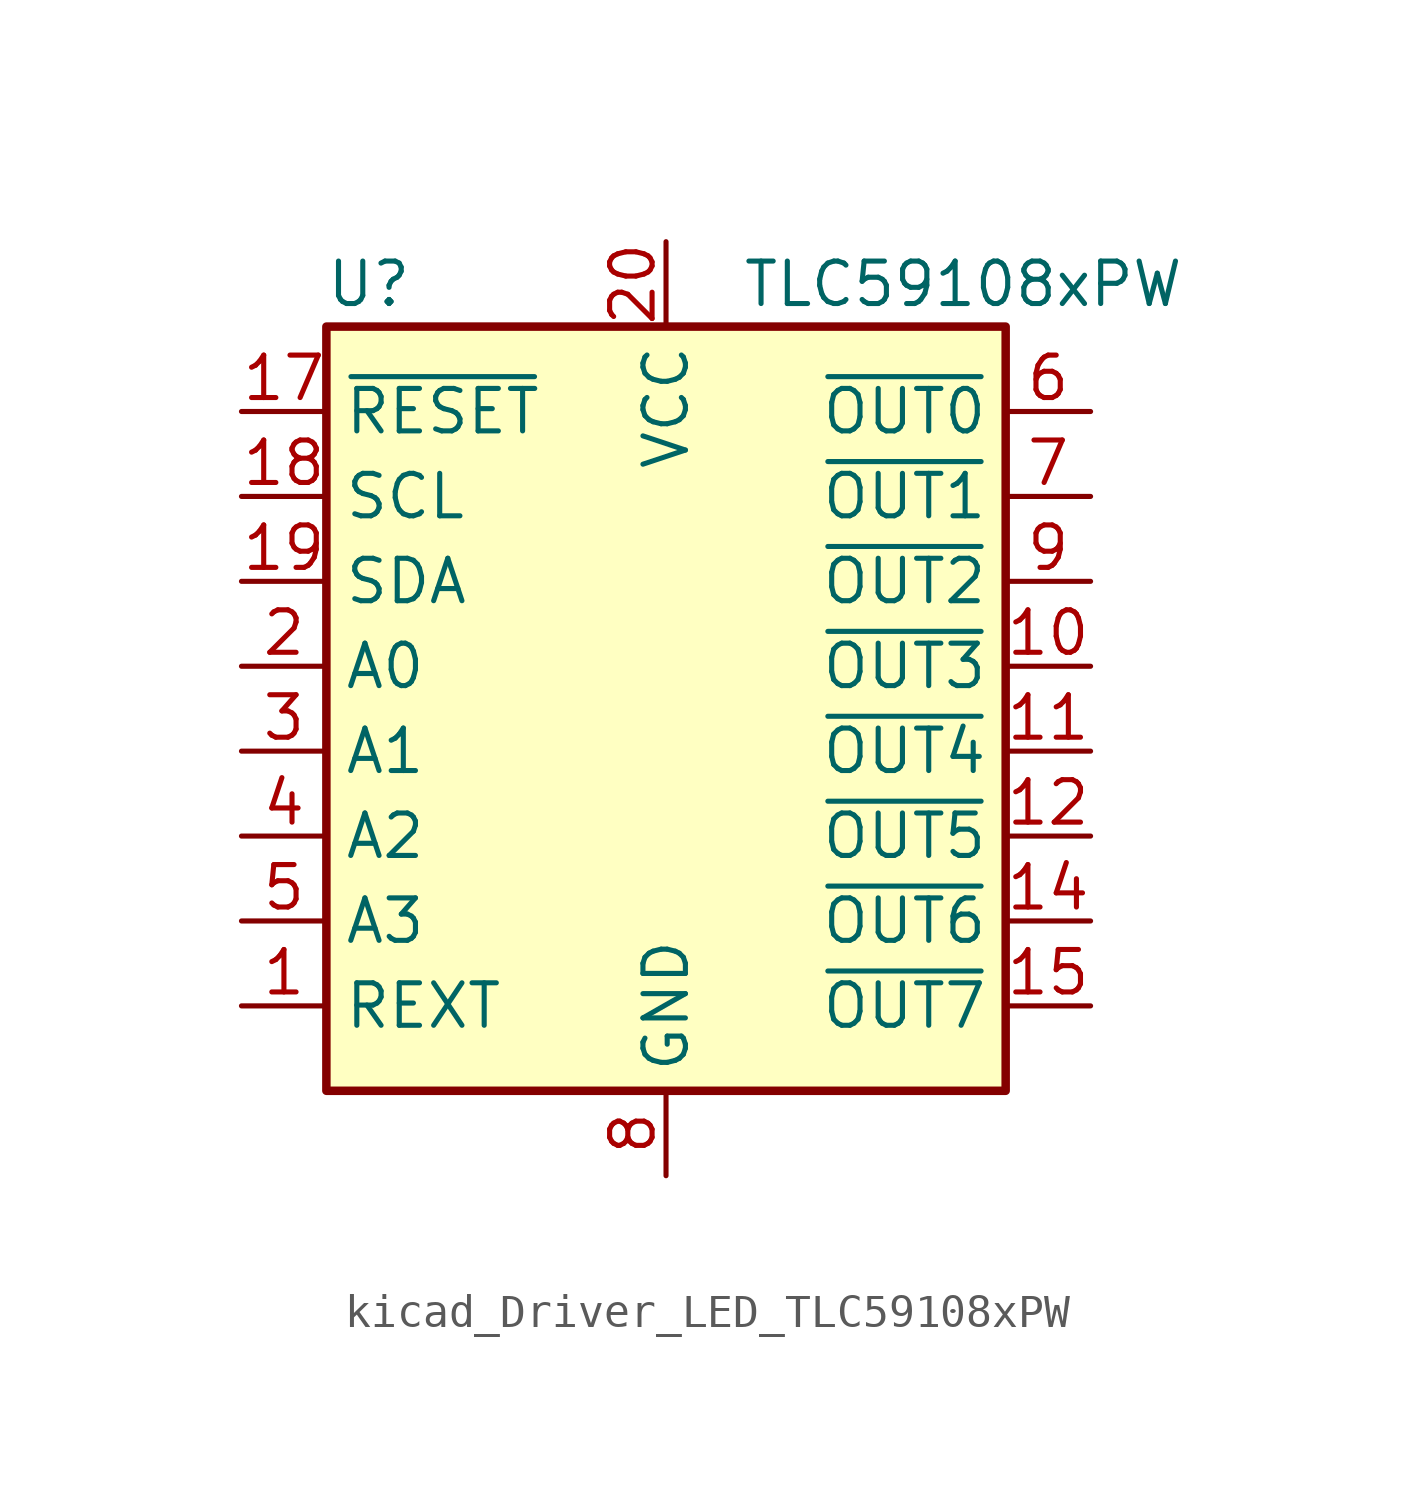
<source format=kicad_sym>
(kicad_symbol_lib
  (version 20220914)
  (generator kicad_symbol_editor)
  (symbol "kicad_Driver_LED_TLC59108xPW"
    (property "Reference" "U"
      (at -8.89 13.97 0)
      (effects (font (size 1.27 1.27))))
    (property "Value" "TLC59108xPW"
      (at 8.89 13.97 0)
      (effects (font (size 1.27 1.27))))
    (symbol "kicad_Driver_LED_TLC59108xPW_0_1"
      (rectangle (start -10.16 12.7) (end 10.16 -10.16) (stroke (width 0.254) (type default)) (fill (type background))))
    (symbol "kicad_Driver_LED_TLC59108xPW_1_1"
      (pin passive line (at -12.7 -7.62 0) (length 2.54) (name "REXT" (effects (font (size 1.27 1.27)))) (number "1" (effects (font (size 1.27 1.27)))))
      (pin open_collector line (at 12.7 2.54 180) (length 2.54) (name "~{OUT3}" (effects (font (size 1.27 1.27)))) (number "10" (effects (font (size 1.27 1.27)))))
      (pin open_collector line (at 12.7 0 180) (length 2.54) (name "~{OUT4}" (effects (font (size 1.27 1.27)))) (number "11" (effects (font (size 1.27 1.27)))))
      (pin open_collector line (at 12.7 -2.54 180) (length 2.54) (name "~{OUT5}" (effects (font (size 1.27 1.27)))) (number "12" (effects (font (size 1.27 1.27)))))
      (pin passive line (at 0 -12.7 90) (length 2.54) hide (name "GND" (effects (font (size 1.27 1.27)))) (number "13" (effects (font (size 1.27 1.27)))))
      (pin open_collector line (at 12.7 -5.08 180) (length 2.54) (name "~{OUT6}" (effects (font (size 1.27 1.27)))) (number "14" (effects (font (size 1.27 1.27)))))
      (pin open_collector line (at 12.7 -7.62 180) (length 2.54) (name "~{OUT7}" (effects (font (size 1.27 1.27)))) (number "15" (effects (font (size 1.27 1.27)))))
      (pin passive line (at 0 -12.7 90) (length 2.54) hide (name "GND" (effects (font (size 1.27 1.27)))) (number "16" (effects (font (size 1.27 1.27)))))
      (pin input line (at -12.7 10.16 0) (length 2.54) (name "~{RESET}" (effects (font (size 1.27 1.27)))) (number "17" (effects (font (size 1.27 1.27)))))
      (pin input line (at -12.7 7.62 0) (length 2.54) (name "SCL" (effects (font (size 1.27 1.27)))) (number "18" (effects (font (size 1.27 1.27)))))
      (pin bidirectional line (at -12.7 5.08 0) (length 2.54) (name "SDA" (effects (font (size 1.27 1.27)))) (number "19" (effects (font (size 1.27 1.27)))))
      (pin input line (at -12.7 2.54 0) (length 2.54) (name "A0" (effects (font (size 1.27 1.27)))) (number "2" (effects (font (size 1.27 1.27)))))
      (pin power_in line (at 0 15.24 270) (length 2.54) (name "VCC" (effects (font (size 1.27 1.27)))) (number "20" (effects (font (size 1.27 1.27)))))
      (pin input line (at -12.7 0 0) (length 2.54) (name "A1" (effects (font (size 1.27 1.27)))) (number "3" (effects (font (size 1.27 1.27)))))
      (pin input line (at -12.7 -2.54 0) (length 2.54) (name "A2" (effects (font (size 1.27 1.27)))) (number "4" (effects (font (size 1.27 1.27)))))
      (pin input line (at -12.7 -5.08 0) (length 2.54) (name "A3" (effects (font (size 1.27 1.27)))) (number "5" (effects (font (size 1.27 1.27)))))
      (pin open_collector line (at 12.7 10.16 180) (length 2.54) (name "~{OUT0}" (effects (font (size 1.27 1.27)))) (number "6" (effects (font (size 1.27 1.27)))))
      (pin open_collector line (at 12.7 7.62 180) (length 2.54) (name "~{OUT1}" (effects (font (size 1.27 1.27)))) (number "7" (effects (font (size 1.27 1.27)))))
      (pin power_in line (at 0 -12.7 90) (length 2.54) (name "GND" (effects (font (size 1.27 1.27)))) (number "8" (effects (font (size 1.27 1.27)))))
      (pin open_collector line (at 12.7 5.08 180) (length 2.54) (name "~{OUT2}" (effects (font (size 1.27 1.27)))) (number "9" (effects (font (size 1.27 1.27))))))))
</source>
